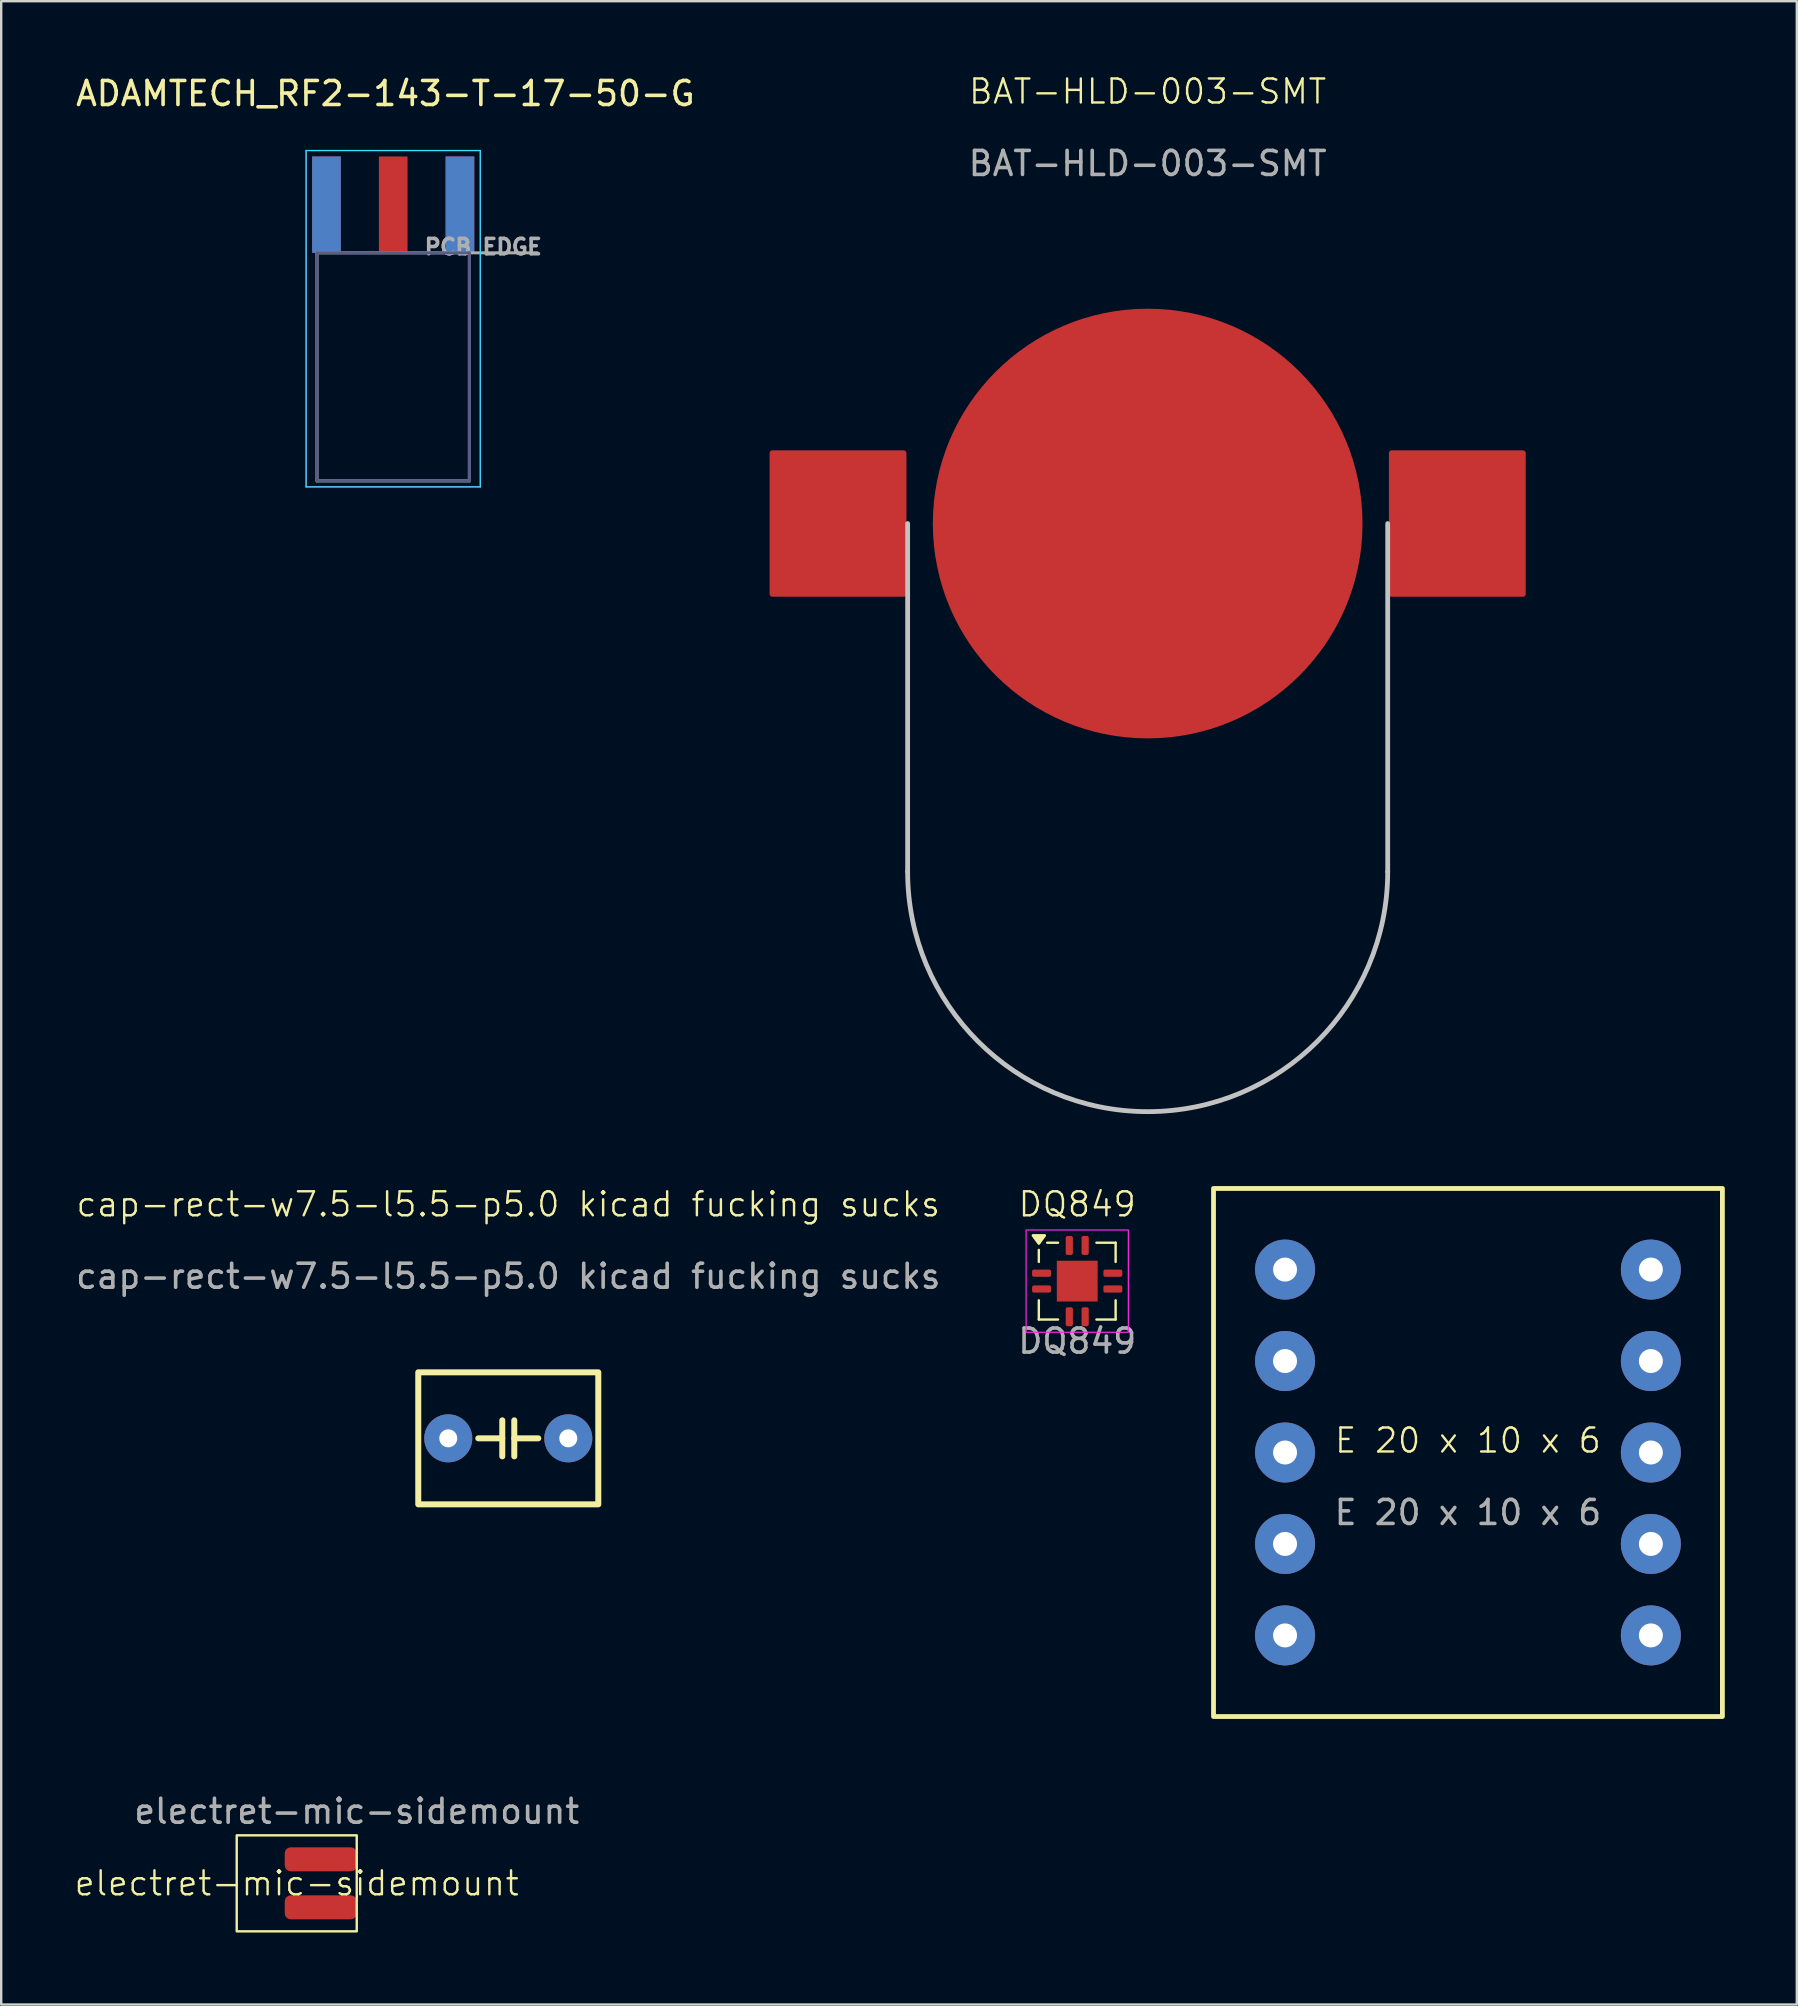
<source format=kicad_pcb>
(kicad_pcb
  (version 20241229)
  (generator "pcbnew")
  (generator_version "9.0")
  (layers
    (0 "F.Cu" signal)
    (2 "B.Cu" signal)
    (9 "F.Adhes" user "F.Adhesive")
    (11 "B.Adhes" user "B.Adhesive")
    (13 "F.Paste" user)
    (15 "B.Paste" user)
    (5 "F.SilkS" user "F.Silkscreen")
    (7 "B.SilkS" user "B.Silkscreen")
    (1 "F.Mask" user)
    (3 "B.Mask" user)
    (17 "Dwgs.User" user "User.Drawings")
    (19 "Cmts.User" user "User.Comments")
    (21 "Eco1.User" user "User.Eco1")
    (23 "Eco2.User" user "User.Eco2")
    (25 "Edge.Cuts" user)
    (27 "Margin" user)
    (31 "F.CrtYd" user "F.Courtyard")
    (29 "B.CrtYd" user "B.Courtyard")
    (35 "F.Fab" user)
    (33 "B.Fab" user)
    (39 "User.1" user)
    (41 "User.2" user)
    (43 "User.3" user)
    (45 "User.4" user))
  (footprint "ADAMTECH_RF2-143-T-17-50-G"
    (layer "F.Cu")
    (at 13.331 7.483)
    (property "Reference" "ADAMTECH_RF2-143-T-17-50-G" (at -0.325 -6.635 0) (layer "F.SilkS") (effects (font (size 1 1) (thickness 0.15))))
    (attr smd)
    (fp_line (start -3.628 -4.263) (end -3.628 9.75) (stroke (width 0.05) (type solid)) (layer "B.CrtYd"))
    (fp_line (start -3.628 9.75) (end 3.628 9.75) (stroke (width 0.05) (type solid)) (layer "B.CrtYd"))
    (fp_line (start 3.628 -4.263) (end -3.628 -4.263) (stroke (width 0.05) (type solid)) (layer "B.CrtYd"))
    (fp_line (start 3.628 9.75) (end 3.628 -4.263) (stroke (width 0.05) (type solid)) (layer "B.CrtYd"))
    (fp_line (start -3.628 -4.263) (end 3.628 -4.263) (stroke (width 0.05) (type solid)) (layer "F.CrtYd"))
    (fp_line (start -3.628 9.75) (end -3.628 -4.263) (stroke (width 0.05) (type solid)) (layer "F.CrtYd"))
    (fp_line (start 3.628 -4.263) (end 3.628 9.75) (stroke (width 0.05) (type solid)) (layer "F.CrtYd"))
    (fp_line (start 3.628 9.75) (end -3.628 9.75) (stroke (width 0.05) (type solid)) (layer "F.CrtYd"))
    (fp_line (start -3.175 0) (end -3.175 9.5) (stroke (width 0.127) (type solid)) (layer "B.Fab"))
    (fp_line (start -3.175 9.5) (end 3.175 9.5) (stroke (width 0.127) (type solid)) (layer "B.Fab"))
    (fp_line (start 3.175 0) (end -3.175 0) (stroke (width 0.127) (type solid)) (layer "B.Fab"))
    (fp_line (start 3.175 0) (end 3.175 9.5) (stroke (width 0.127) (type solid)) (layer "B.Fab"))
    (fp_line (start -3.175 0) (end -3.175 9.5) (stroke (width 0.127) (type solid)) (layer "F.Fab"))
    (fp_line (start -3.175 0) (end 3.175 0) (stroke (width 0.127) (type solid)) (layer "F.Fab"))
    (fp_line (start -3.175 9.5) (end 3.175 9.5) (stroke (width 0.127) (type solid)) (layer "F.Fab"))
    (fp_line (start 3.175 0) (end 3.175 9.5) (stroke (width 0.127) (type solid)) (layer "F.Fab"))
    (fp_line (start 3.175 0) (end 6 0) (stroke (width 0.127) (type solid)) (layer "F.Fab"))
    (fp_text user "PCB EDGE" (at 3.75 -0.25 0) (layer "F.Fab") (effects (font (size 0.64 0.64) (thickness 0.15))))
    (pad "1" smd rect (at 0 -2.007) (size 1.194 4.013) (layers "F.Cu" "F.Mask" "F.Paste"))
    (pad "G1" smd rect (at -2.781 -2.007) (size 1.194 4.013) (layers "F.Cu" "F.Mask" "F.Paste"))
    (pad "G2" smd rect (at 2.781 -2.007) (size 1.194 4.013) (layers "F.Cu" "F.Mask" "F.Paste"))
    (pad "G3" smd rect (at 2.781 -2.007) (size 1.194 4.013) (layers "B.Cu" "B.Mask" "B.Paste"))
    (pad "G4" smd rect (at -2.781 -2.007) (size 1.194 4.013) (layers "B.Cu" "B.Mask" "B.Paste")))
  (footprint "cap-rect-w7.5-l5.5-p5.0 kicad fucking sucks"
    (layer "F.Cu")
    (at 18.125 56.871)
    (property "Reference" "cap-rect-w7.5-l5.5-p5.0 kicad fucking sucks" (at 0 -9.75 0) (unlocked yes) (layer "F.SilkS") (effects (font (size 1 1) (thickness 0.1))))
    (attr through_hole)
    (fp_line (start -1.25 0) (end -0.25 0) (stroke (width 0.25) (type default)) (layer "F.SilkS"))
    (fp_line (start -0.25 -0.75) (end -0.25 0.75) (stroke (width 0.25) (type default)) (layer "F.SilkS"))
    (fp_line (start 0.25 -0.75) (end 0.25 0.75) (stroke (width 0.25) (type default)) (layer "F.SilkS"))
    (fp_line (start 0.25 0) (end 1.25 0) (stroke (width 0.25) (type default)) (layer "F.SilkS"))
    (fp_rect (start -3.75 -2.75) (end 3.75 2.75) (stroke (width 0.25) (type default)) (fill no) (layer "F.SilkS"))
    (fp_text user "${REFERENCE}" (at 0 -6.75 0) (unlocked yes) (layer "F.Fab") (effects (font (size 1 1) (thickness 0.15))))
    (pad "1" thru_hole circle (at -2.5 0) (size 2 2) (drill 0.75) (layers "*.Cu" "*.Mask"))
    (pad "2" thru_hole circle (at 2.5 0) (size 2 2) (drill 0.75) (layers "*.Cu" "*.Mask")))
  (footprint "electret-mic-sidemount"
    (layer "F.Cu")
    (at 11.812 75.409)
    (property "Reference" "electret-mic-sidemount" (at -2.5 0 0) (unlocked yes) (layer "F.SilkS") (effects (font (size 1 1) (thickness 0.1))))
    (attr smd)
    (fp_rect (start -5 -2) (end 0 2) (stroke (width 0.1) (type default)) (fill no) (layer "F.SilkS"))
    (fp_text user "${REFERENCE}" (at 0 -3 0) (unlocked yes) (layer "F.Fab") (effects (font (size 1 1) (thickness 0.15))))
    (pad "1" smd roundrect (at -1.5 -1) (size 3 1) (layers "F.Cu" "F.Mask" "F.Paste") (roundrect_rratio 0.25))
    (pad "2" smd roundrect (at -1.5 1) (size 3 1) (layers "F.Cu" "F.Mask" "F.Paste") (roundrect_rratio 0.25)))
  (footprint "BAT-HLD-003-SMT"
    (layer "F.Cu")
    (at 44.762 18.761)
    (property "Reference" "BAT-HLD-003-SMT" (at 0 -18 0) (unlocked yes) (layer "F.SilkS") (effects (font (size 1 1) (thickness 0.1))))
    (attr smd)
    (fp_line (start -10 14.5) (end -10 0) (stroke (width 0.2) (type default)) (layer "Dwgs.User"))
    (fp_line (start 10 14.5) (end 10 0) (stroke (width 0.2) (type default)) (layer "Dwgs.User"))
    (fp_arc (start 10 14.5) (mid 0 24.5) (end -10 14.5) (stroke (width 0.2) (type default)) (layer "Dwgs.User"))
    (fp_text user "${REFERENCE}" (at 0 -15 0) (unlocked yes) (layer "F.Fab") (effects (font (size 1 1) (thickness 0.15))))
    (pad "1" smd roundrect (at -12.9 0) (size 5.7 6.1) (layers "F.Cu" "F.Mask" "F.Paste") (roundrect_rratio 0.02))
    (pad "1" smd roundrect (at 12.9 0) (size 5.7 6.1) (layers "F.Cu" "F.Mask" "F.Paste") (roundrect_rratio 0.02))
    (pad "2" smd circle (at 0 0) (size 17.9 17.9) (layers "F.Cu" "F.Mask" "F.Paste")))
  (footprint "DQ849"
    (layer "F.Cu")
    (at 41.827 50.321)
    (property "Reference" "DQ849" (at 0 -3.2 0) (unlocked yes) (layer "F.SilkS") (effects (font (size 1 1) (thickness 0.1))))
    (attr smd)
    (fp_line (start -1.6 -0.8) (end -1.6 -1.3) (stroke (width 0.1) (type default)) (layer "F.SilkS"))
    (fp_line (start -1.6 1.6) (end -1.6 0.8) (stroke (width 0.1) (type default)) (layer "F.SilkS"))
    (fp_line (start -1.25 -1.6) (end -0.8 -1.6) (stroke (width 0.1) (type default)) (layer "F.SilkS"))
    (fp_line (start -0.8 1.6) (end -1.6 1.6) (stroke (width 0.1) (type default)) (layer "F.SilkS"))
    (fp_line (start 1.6 -1.6) (end 0.8 -1.6) (stroke (width 0.1) (type default)) (layer "F.SilkS"))
    (fp_line (start 1.6 -0.8) (end 1.6 -1.6) (stroke (width 0.1) (type default)) (layer "F.SilkS"))
    (fp_line (start 1.6 0.8) (end 1.6 1.6) (stroke (width 0.1) (type default)) (layer "F.SilkS"))
    (fp_line (start 1.6 1.6) (end 0.8 1.6) (stroke (width 0.1) (type default)) (layer "F.SilkS"))
    (fp_poly (pts (xy -1.599 -1.57) (xy -1.839 -1.9) (xy -1.359 -1.9) (xy -1.599 -1.57)) (stroke (width 0.12) (type solid)) (fill yes) (layer "F.SilkS"))
    (fp_rect (start -2.13 -2.13) (end 2.13 2.13) (stroke (width 0.05) (type default)) (fill no) (layer "F.CrtYd"))
    (fp_text user "${REFERENCE}" (at 0 2.5 0) (unlocked yes) (layer "F.Fab") (effects (font (size 1 1) (thickness 0.15))))
    (pad "1" smd roundrect (at -1.485 -0.33) (size 0.79 0.3) (layers "F.Cu" "F.Mask" "F.Paste") (roundrect_rratio 0.25))
    (pad "2" smd roundrect (at -1.485 0.33) (size 0.79 0.3) (layers "F.Cu" "F.Mask" "F.Paste") (roundrect_rratio 0.25))
    (pad "3" smd roundrect (at -0.33 1.485 90) (size 0.79 0.3) (layers "F.Cu" "F.Mask" "F.Paste") (roundrect_rratio 0.25))
    (pad "4" smd roundrect (at 0.33 1.485 90) (size 0.79 0.3) (layers "F.Cu" "F.Mask" "F.Paste") (roundrect_rratio 0.25))
    (pad "5" smd roundrect (at 1.485 0.33 180) (size 0.79 0.3) (layers "F.Cu" "F.Mask" "F.Paste") (roundrect_rratio 0.25))
    (pad "6" smd roundrect (at 1.485 -0.33) (size 0.79 0.3) (layers "F.Cu" "F.Mask" "F.Paste") (roundrect_rratio 0.25))
    (pad "7" smd roundrect (at 0.33 -1.485 90) (size 0.79 0.3) (layers "F.Cu" "F.Mask" "F.Paste") (roundrect_rratio 0.25))
    (pad "8" smd roundrect (at -0.33 -1.485 90) (size 0.79 0.3) (layers "F.Cu" "F.Mask" "F.Paste") (roundrect_rratio 0.25))
    (pad "9" smd rect (at 0 0) (size 1.7 1.7) (layers "F.Cu" "F.Mask" "F.Paste")))
  (footprint "E 20 x 10 x 6"
    (layer "F.Cu")
    (at 58.105 57.461)
    (property "Reference" "E 20 x 10 x 6" (at 0 -0.5 0) (unlocked yes) (layer "F.SilkS") (effects (font (size 1 1) (thickness 0.1))))
    (attr through_hole)
    (fp_rect (start -10.6 -11) (end 10.6 11) (stroke (width 0.2) (type default)) (fill no) (layer "F.SilkS"))
    (fp_text user "${REFERENCE}" (at 0 2.5 0) (unlocked yes) (layer "F.Fab") (effects (font (size 1 1) (thickness 0.15))))
    (pad "1" thru_hole circle (at -7.62 -7.62) (size 2.5 2.5) (drill 1) (layers "*.Cu" "*.Mask"))
    (pad "2" thru_hole circle (at -7.62 -3.81) (size 2.5 2.5) (drill 1) (layers "*.Cu" "*.Mask"))
    (pad "3" thru_hole circle (at -7.62 0) (size 2.5 2.5) (drill 1) (layers "*.Cu" "*.Mask"))
    (pad "4" thru_hole circle (at -7.62 3.81) (size 2.5 2.5) (drill 1) (layers "*.Cu" "*.Mask"))
    (pad "5" thru_hole circle (at -7.62 7.62) (size 2.5 2.5) (drill 1) (layers "*.Cu" "*.Mask"))
    (pad "6" thru_hole circle (at 7.62 7.62) (size 2.5 2.5) (drill 1) (layers "*.Cu" "*.Mask"))
    (pad "7" thru_hole circle (at 7.62 3.81) (size 2.5 2.5) (drill 1) (layers "*.Cu" "*.Mask"))
    (pad "8" thru_hole circle (at 7.62 0) (size 2.5 2.5) (drill 1) (layers "*.Cu" "*.Mask"))
    (pad "9" thru_hole circle (at 7.62 -3.81) (size 2.5 2.5) (drill 1) (layers "*.Cu" "*.Mask"))
    (pad "10" thru_hole circle (at 7.62 -7.62) (size 2.5 2.5) (drill 1) (layers "*.Cu" "*.Mask")))
  (gr_rect
    (start -3 -3)
    (end 71.805 80.459)
    (stroke (width 0.1) (type default))
    (fill no)
    (layer "Edge.Cuts")))
</source>
